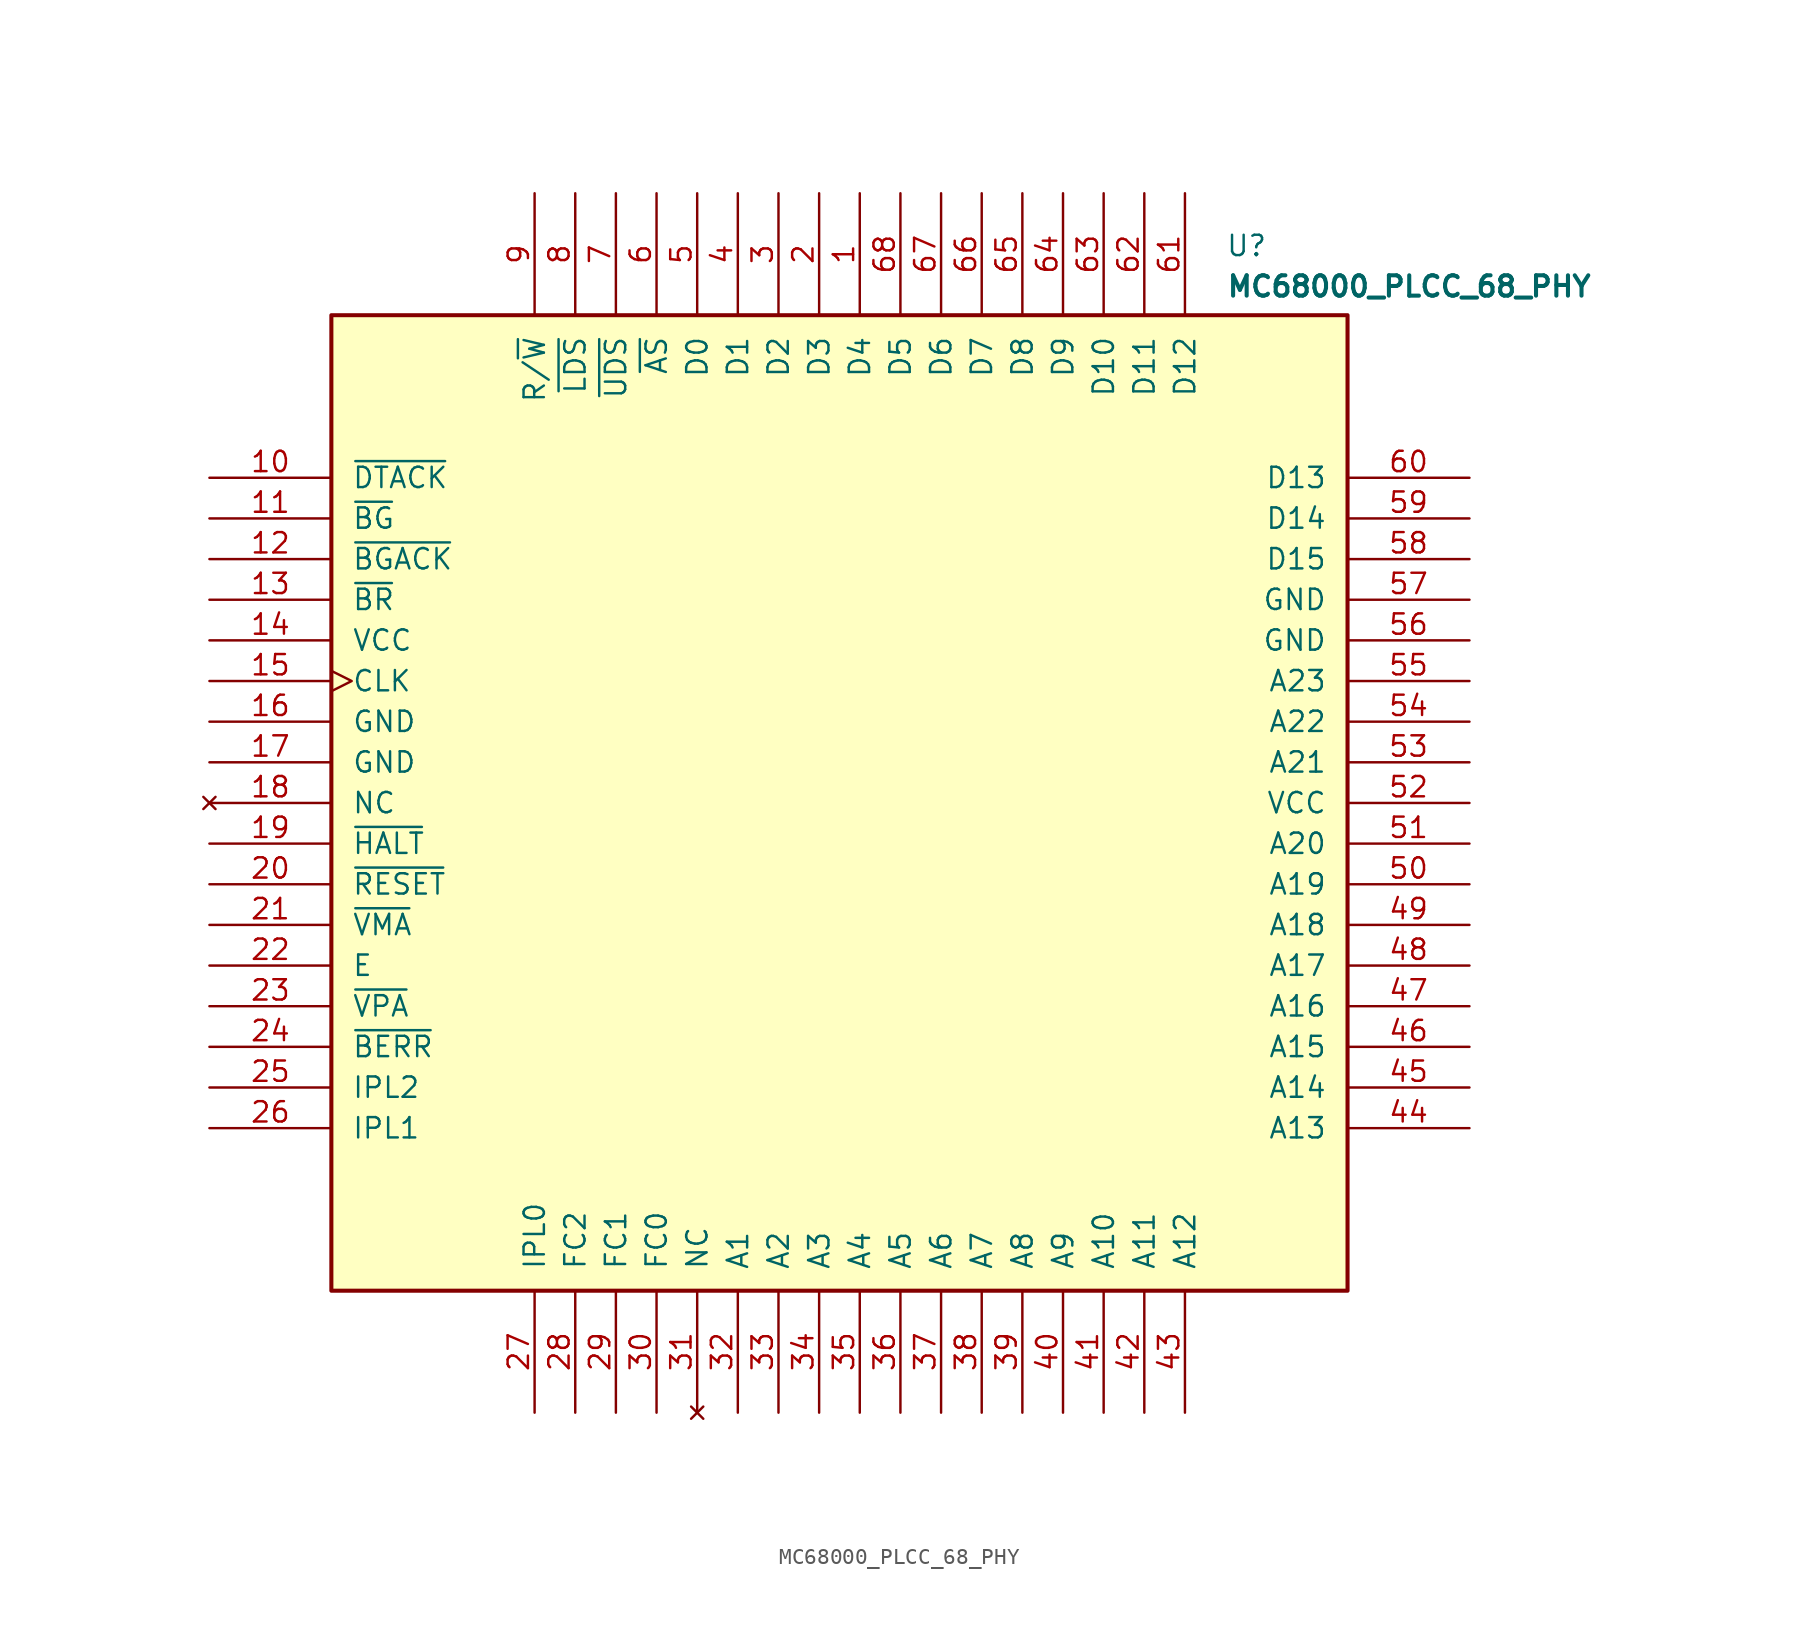
<source format=kicad_sym>
(kicad_symbol_lib
  (version 20220914)
  (generator electronic-symbol-generator-for-cad-by-sporniket)
  (symbol "MC68000_PLCC_68_PHY"
    (pin_names
      (offset 1.27))
    (property "Reference" "U"
      (at 24.13 35.56 0)
      (effects (font (size 1.27 1.27)) (justify left top)))
    (property "Value" "MC68000_PLCC_68_PHY"
      (at 24.13 33.02 0)
      (effects (font (size 1.27 1.27) bold) (justify left top)))
    (property "ki_locked" ""
      (at 0 0 0)
      (effects (font (size 1.27 1.27))))
    (symbol "MC68000_PLCC_68_PHY_0_0"
      (rectangle (start -31.75 30.48) (end 31.75 -30.48) (stroke (width 0.254) (type solid)) (fill (type background)))
      (pin bidirectional line (at 1.27 38.1 270) (length 7.62) (name "D4" (effects (font (size 1.27 1.27)))) (number "1" (effects (font (size 1.27 1.27)))))
      (pin input line (at -39.37 20.32 0) (length 7.62) (name "~{DTACK}" (effects (font (size 1.27 1.27)))) (number "10" (effects (font (size 1.27 1.27)))))
      (pin output line (at -39.37 17.78 0) (length 7.62) (name "~{BG}" (effects (font (size 1.27 1.27)))) (number "11" (effects (font (size 1.27 1.27)))))
      (pin input line (at -39.37 15.24 0) (length 7.62) (name "~{BGACK}" (effects (font (size 1.27 1.27)))) (number "12" (effects (font (size 1.27 1.27)))))
      (pin input line (at -39.37 12.7 0) (length 7.62) (name "~{BR}" (effects (font (size 1.27 1.27)))) (number "13" (effects (font (size 1.27 1.27)))))
      (pin power_in line (at -39.37 10.16 0) (length 7.62) (name "VCC" (effects (font (size 1.27 1.27)))) (number "14" (effects (font (size 1.27 1.27)))))
      (pin input clock (at -39.37 7.62 0) (length 7.62) (name "CLK" (effects (font (size 1.27 1.27)))) (number "15" (effects (font (size 1.27 1.27)))))
      (pin power_in line (at -39.37 5.08 0) (length 7.62) (name "GND" (effects (font (size 1.27 1.27)))) (number "16" (effects (font (size 1.27 1.27)))))
      (pin power_in line (at -39.37 2.54 0) (length 7.62) (name "GND" (effects (font (size 1.27 1.27)))) (number "17" (effects (font (size 1.27 1.27)))))
      (pin no_connect line (at -39.37 0 0) (length 7.62) (name "NC" (effects (font (size 1.27 1.27)))) (number "18" (effects (font (size 1.27 1.27)))))
      (pin bidirectional line (at -39.37 -2.54 0) (length 7.62) (name "~{HALT}" (effects (font (size 1.27 1.27)))) (number "19" (effects (font (size 1.27 1.27)))))
      (pin bidirectional line (at -1.27 38.1 270) (length 7.62) (name "D3" (effects (font (size 1.27 1.27)))) (number "2" (effects (font (size 1.27 1.27)))))
      (pin bidirectional line (at -39.37 -5.08 0) (length 7.62) (name "~{RESET}" (effects (font (size 1.27 1.27)))) (number "20" (effects (font (size 1.27 1.27)))))
      (pin output line (at -39.37 -7.62 0) (length 7.62) (name "~{VMA}" (effects (font (size 1.27 1.27)))) (number "21" (effects (font (size 1.27 1.27)))))
      (pin output line (at -39.37 -10.16 0) (length 7.62) (name "E" (effects (font (size 1.27 1.27)))) (number "22" (effects (font (size 1.27 1.27)))))
      (pin input line (at -39.37 -12.7 0) (length 7.62) (name "~{VPA}" (effects (font (size 1.27 1.27)))) (number "23" (effects (font (size 1.27 1.27)))))
      (pin input line (at -39.37 -15.24 0) (length 7.62) (name "~{BERR}" (effects (font (size 1.27 1.27)))) (number "24" (effects (font (size 1.27 1.27)))))
      (pin input line (at -39.37 -17.78 0) (length 7.62) (name "IPL2" (effects (font (size 1.27 1.27)))) (number "25" (effects (font (size 1.27 1.27)))))
      (pin input line (at -39.37 -20.32 0) (length 7.62) (name "IPL1" (effects (font (size 1.27 1.27)))) (number "26" (effects (font (size 1.27 1.27)))))
      (pin input line (at -19.05 -38.1 90) (length 7.62) (name "IPL0" (effects (font (size 1.27 1.27)))) (number "27" (effects (font (size 1.27 1.27)))))
      (pin tri_state line (at -16.51 -38.1 90) (length 7.62) (name "FC2" (effects (font (size 1.27 1.27)))) (number "28" (effects (font (size 1.27 1.27)))))
      (pin tri_state line (at -13.97 -38.1 90) (length 7.62) (name "FC1" (effects (font (size 1.27 1.27)))) (number "29" (effects (font (size 1.27 1.27)))))
      (pin bidirectional line (at -3.81 38.1 270) (length 7.62) (name "D2" (effects (font (size 1.27 1.27)))) (number "3" (effects (font (size 1.27 1.27)))))
      (pin tri_state line (at -11.43 -38.1 90) (length 7.62) (name "FC0" (effects (font (size 1.27 1.27)))) (number "30" (effects (font (size 1.27 1.27)))))
      (pin no_connect line (at -8.89 -38.1 90) (length 7.62) (name "NC" (effects (font (size 1.27 1.27)))) (number "31" (effects (font (size 1.27 1.27)))))
      (pin output line (at -6.35 -38.1 90) (length 7.62) (name "A1" (effects (font (size 1.27 1.27)))) (number "32" (effects (font (size 1.27 1.27)))))
      (pin output line (at -3.81 -38.1 90) (length 7.62) (name "A2" (effects (font (size 1.27 1.27)))) (number "33" (effects (font (size 1.27 1.27)))))
      (pin output line (at -1.27 -38.1 90) (length 7.62) (name "A3" (effects (font (size 1.27 1.27)))) (number "34" (effects (font (size 1.27 1.27)))))
      (pin output line (at 1.27 -38.1 90) (length 7.62) (name "A4" (effects (font (size 1.27 1.27)))) (number "35" (effects (font (size 1.27 1.27)))))
      (pin output line (at 3.81 -38.1 90) (length 7.62) (name "A5" (effects (font (size 1.27 1.27)))) (number "36" (effects (font (size 1.27 1.27)))))
      (pin output line (at 6.35 -38.1 90) (length 7.62) (name "A6" (effects (font (size 1.27 1.27)))) (number "37" (effects (font (size 1.27 1.27)))))
      (pin output line (at 8.89 -38.1 90) (length 7.62) (name "A7" (effects (font (size 1.27 1.27)))) (number "38" (effects (font (size 1.27 1.27)))))
      (pin output line (at 11.43 -38.1 90) (length 7.62) (name "A8" (effects (font (size 1.27 1.27)))) (number "39" (effects (font (size 1.27 1.27)))))
      (pin bidirectional line (at -6.35 38.1 270) (length 7.62) (name "D1" (effects (font (size 1.27 1.27)))) (number "4" (effects (font (size 1.27 1.27)))))
      (pin output line (at 13.97 -38.1 90) (length 7.62) (name "A9" (effects (font (size 1.27 1.27)))) (number "40" (effects (font (size 1.27 1.27)))))
      (pin output line (at 16.51 -38.1 90) (length 7.62) (name "A10" (effects (font (size 1.27 1.27)))) (number "41" (effects (font (size 1.27 1.27)))))
      (pin output line (at 19.05 -38.1 90) (length 7.62) (name "A11" (effects (font (size 1.27 1.27)))) (number "42" (effects (font (size 1.27 1.27)))))
      (pin output line (at 21.59 -38.1 90) (length 7.62) (name "A12" (effects (font (size 1.27 1.27)))) (number "43" (effects (font (size 1.27 1.27)))))
      (pin output line (at 39.37 -20.32 180) (length 7.62) (name "A13" (effects (font (size 1.27 1.27)))) (number "44" (effects (font (size 1.27 1.27)))))
      (pin output line (at 39.37 -17.78 180) (length 7.62) (name "A14" (effects (font (size 1.27 1.27)))) (number "45" (effects (font (size 1.27 1.27)))))
      (pin output line (at 39.37 -15.24 180) (length 7.62) (name "A15" (effects (font (size 1.27 1.27)))) (number "46" (effects (font (size 1.27 1.27)))))
      (pin output line (at 39.37 -12.7 180) (length 7.62) (name "A16" (effects (font (size 1.27 1.27)))) (number "47" (effects (font (size 1.27 1.27)))))
      (pin output line (at 39.37 -10.16 180) (length 7.62) (name "A17" (effects (font (size 1.27 1.27)))) (number "48" (effects (font (size 1.27 1.27)))))
      (pin output line (at 39.37 -7.62 180) (length 7.62) (name "A18" (effects (font (size 1.27 1.27)))) (number "49" (effects (font (size 1.27 1.27)))))
      (pin bidirectional line (at -8.89 38.1 270) (length 7.62) (name "D0" (effects (font (size 1.27 1.27)))) (number "5" (effects (font (size 1.27 1.27)))))
      (pin output line (at 39.37 -5.08 180) (length 7.62) (name "A19" (effects (font (size 1.27 1.27)))) (number "50" (effects (font (size 1.27 1.27)))))
      (pin output line (at 39.37 -2.54 180) (length 7.62) (name "A20" (effects (font (size 1.27 1.27)))) (number "51" (effects (font (size 1.27 1.27)))))
      (pin power_in line (at 39.37 0 180) (length 7.62) (name "VCC" (effects (font (size 1.27 1.27)))) (number "52" (effects (font (size 1.27 1.27)))))
      (pin output line (at 39.37 2.54 180) (length 7.62) (name "A21" (effects (font (size 1.27 1.27)))) (number "53" (effects (font (size 1.27 1.27)))))
      (pin output line (at 39.37 5.08 180) (length 7.62) (name "A22" (effects (font (size 1.27 1.27)))) (number "54" (effects (font (size 1.27 1.27)))))
      (pin output line (at 39.37 7.62 180) (length 7.62) (name "A23" (effects (font (size 1.27 1.27)))) (number "55" (effects (font (size 1.27 1.27)))))
      (pin power_in line (at 39.37 10.16 180) (length 7.62) (name "GND" (effects (font (size 1.27 1.27)))) (number "56" (effects (font (size 1.27 1.27)))))
      (pin power_in line (at 39.37 12.7 180) (length 7.62) (name "GND" (effects (font (size 1.27 1.27)))) (number "57" (effects (font (size 1.27 1.27)))))
      (pin bidirectional line (at 39.37 15.24 180) (length 7.62) (name "D15" (effects (font (size 1.27 1.27)))) (number "58" (effects (font (size 1.27 1.27)))))
      (pin bidirectional line (at 39.37 17.78 180) (length 7.62) (name "D14" (effects (font (size 1.27 1.27)))) (number "59" (effects (font (size 1.27 1.27)))))
      (pin tri_state line (at -11.43 38.1 270) (length 7.62) (name "~{AS}" (effects (font (size 1.27 1.27)))) (number "6" (effects (font (size 1.27 1.27)))))
      (pin bidirectional line (at 39.37 20.32 180) (length 7.62) (name "D13" (effects (font (size 1.27 1.27)))) (number "60" (effects (font (size 1.27 1.27)))))
      (pin bidirectional line (at 21.59 38.1 270) (length 7.62) (name "D12" (effects (font (size 1.27 1.27)))) (number "61" (effects (font (size 1.27 1.27)))))
      (pin bidirectional line (at 19.05 38.1 270) (length 7.62) (name "D11" (effects (font (size 1.27 1.27)))) (number "62" (effects (font (size 1.27 1.27)))))
      (pin bidirectional line (at 16.51 38.1 270) (length 7.62) (name "D10" (effects (font (size 1.27 1.27)))) (number "63" (effects (font (size 1.27 1.27)))))
      (pin bidirectional line (at 13.97 38.1 270) (length 7.62) (name "D9" (effects (font (size 1.27 1.27)))) (number "64" (effects (font (size 1.27 1.27)))))
      (pin bidirectional line (at 11.43 38.1 270) (length 7.62) (name "D8" (effects (font (size 1.27 1.27)))) (number "65" (effects (font (size 1.27 1.27)))))
      (pin bidirectional line (at 8.89 38.1 270) (length 7.62) (name "D7" (effects (font (size 1.27 1.27)))) (number "66" (effects (font (size 1.27 1.27)))))
      (pin bidirectional line (at 6.35 38.1 270) (length 7.62) (name "D6" (effects (font (size 1.27 1.27)))) (number "67" (effects (font (size 1.27 1.27)))))
      (pin bidirectional line (at 3.81 38.1 270) (length 7.62) (name "D5" (effects (font (size 1.27 1.27)))) (number "68" (effects (font (size 1.27 1.27)))))
      (pin tri_state line (at -13.97 38.1 270) (length 7.62) (name "~{UDS}" (effects (font (size 1.27 1.27)))) (number "7" (effects (font (size 1.27 1.27)))))
      (pin tri_state line (at -16.51 38.1 270) (length 7.62) (name "~{LDS}" (effects (font (size 1.27 1.27)))) (number "8" (effects (font (size 1.27 1.27)))))
      (pin tri_state line (at -19.05 38.1 270) (length 7.62) (name "R/~{W}" (effects (font (size 1.27 1.27)))) (number "9" (effects (font (size 1.27 1.27))))))))
</source>
